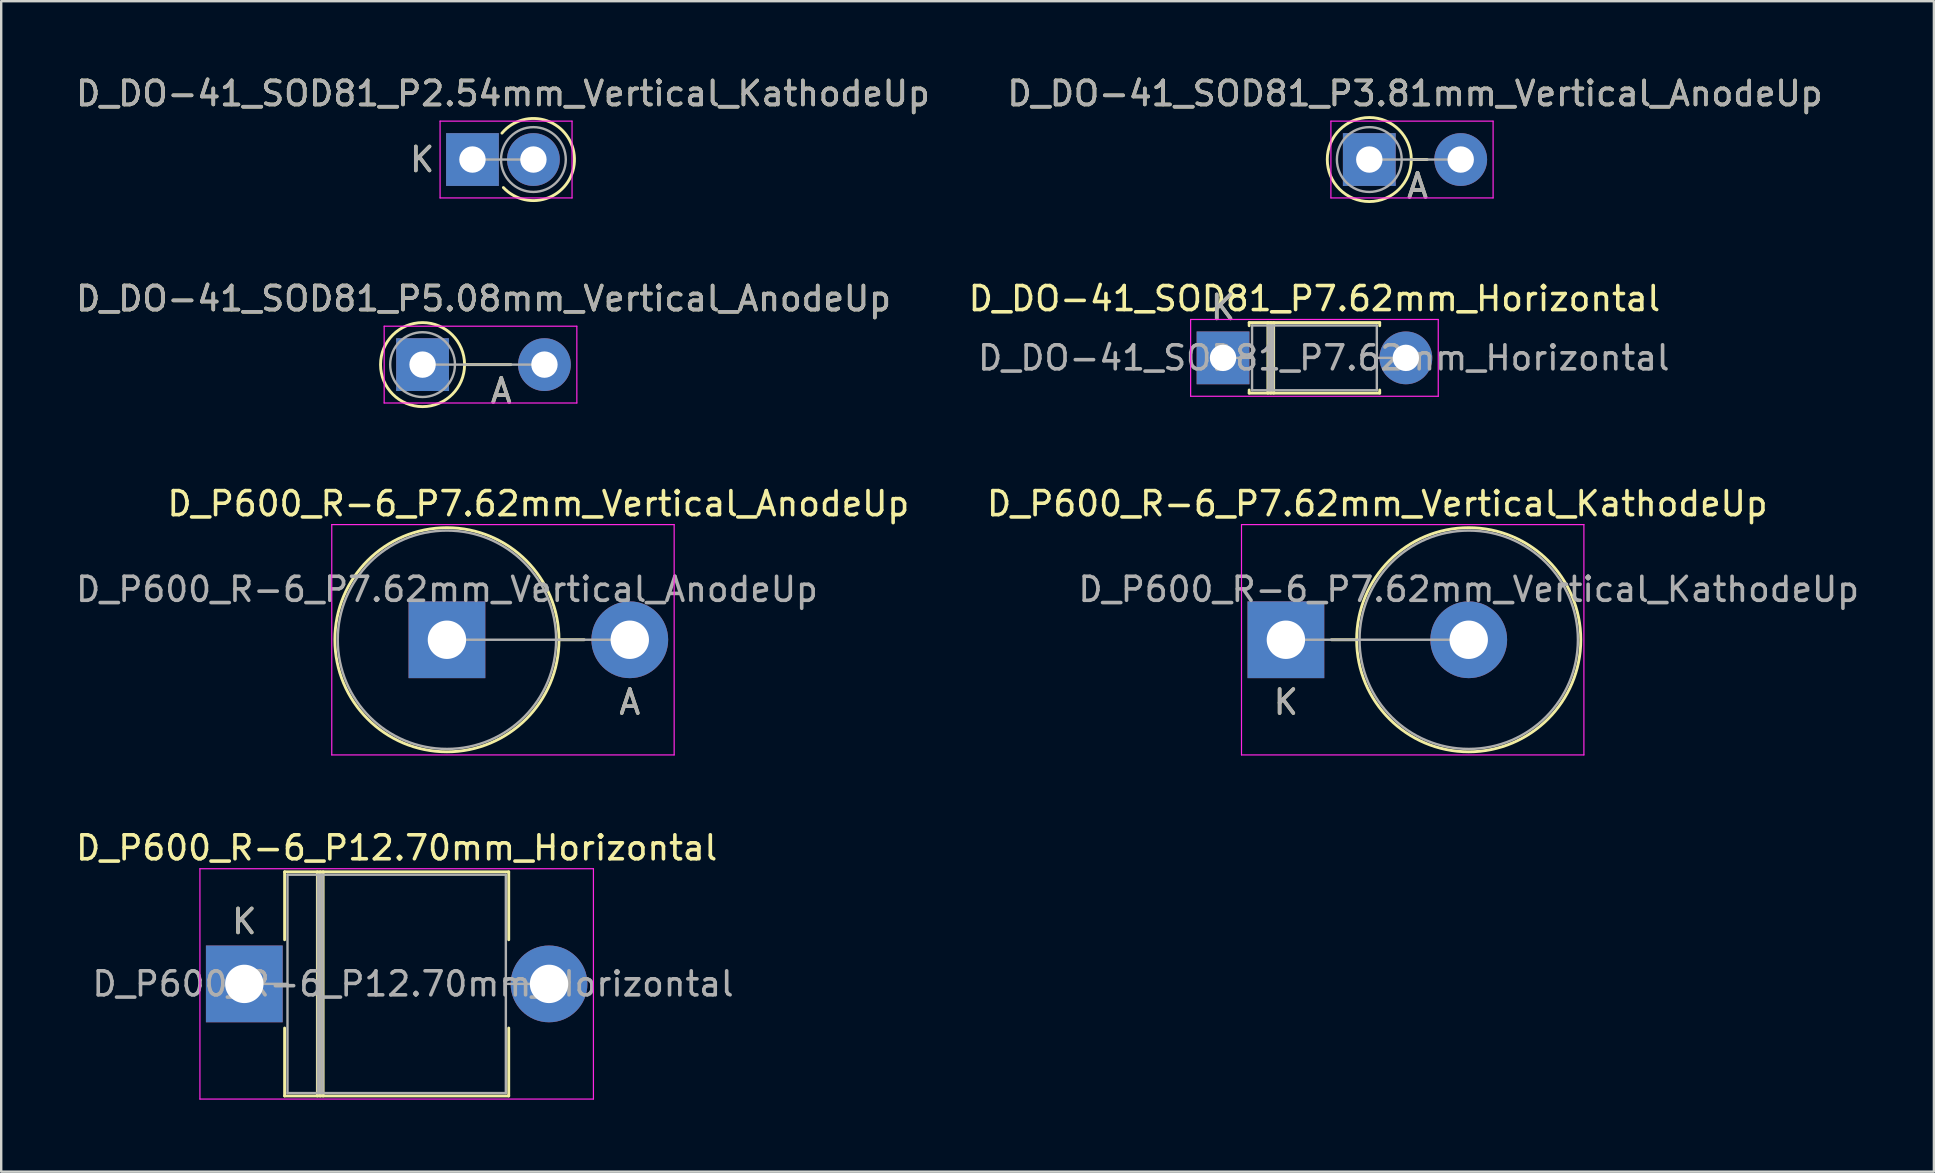
<source format=kicad_pcb>
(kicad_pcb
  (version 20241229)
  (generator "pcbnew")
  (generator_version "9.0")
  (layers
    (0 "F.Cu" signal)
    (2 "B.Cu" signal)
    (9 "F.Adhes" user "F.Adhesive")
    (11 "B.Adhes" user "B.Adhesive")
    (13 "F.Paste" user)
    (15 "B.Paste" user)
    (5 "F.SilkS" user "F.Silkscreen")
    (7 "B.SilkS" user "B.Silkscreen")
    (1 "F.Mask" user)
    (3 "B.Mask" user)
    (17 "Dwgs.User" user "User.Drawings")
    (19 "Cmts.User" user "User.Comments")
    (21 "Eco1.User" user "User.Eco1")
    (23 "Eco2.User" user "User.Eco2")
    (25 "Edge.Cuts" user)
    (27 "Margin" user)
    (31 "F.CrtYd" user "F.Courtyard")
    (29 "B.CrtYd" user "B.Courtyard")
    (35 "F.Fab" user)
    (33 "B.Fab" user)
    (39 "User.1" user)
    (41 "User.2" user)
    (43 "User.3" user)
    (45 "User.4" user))
  (footprint "D_DO-41_SOD81_P7.62mm_Horizontal"
    (layer "F.Cu")
    (at 47.922 11.865)
    (property "Reference" "D_DO-41_SOD81_P7.62mm_Horizontal" (at 3.81 -2.47 0) (layer "F.SilkS") (effects (font (size 1 1) (thickness 0.15))))
    (attr through_hole)
    (fp_line (start 1.09 -1.47) (end 6.53 -1.47) (stroke (width 0.12) (type solid)) (layer "F.SilkS"))
    (fp_line (start 1.09 -1.34) (end 1.09 -1.47) (stroke (width 0.12) (type solid)) (layer "F.SilkS"))
    (fp_line (start 1.09 1.34) (end 1.09 1.47) (stroke (width 0.12) (type solid)) (layer "F.SilkS"))
    (fp_line (start 1.09 1.47) (end 6.53 1.47) (stroke (width 0.12) (type solid)) (layer "F.SilkS"))
    (fp_line (start 1.87 -1.47) (end 1.87 1.47) (stroke (width 0.12) (type solid)) (layer "F.SilkS"))
    (fp_line (start 1.99 -1.47) (end 1.99 1.47) (stroke (width 0.12) (type solid)) (layer "F.SilkS"))
    (fp_line (start 2.11 -1.47) (end 2.11 1.47) (stroke (width 0.12) (type solid)) (layer "F.SilkS"))
    (fp_line (start 6.53 -1.47) (end 6.53 -1.34) (stroke (width 0.12) (type solid)) (layer "F.SilkS"))
    (fp_line (start 6.53 1.47) (end 6.53 1.34) (stroke (width 0.12) (type solid)) (layer "F.SilkS"))
    (fp_line (start -1.35 -1.6) (end -1.35 1.6) (stroke (width 0.05) (type solid)) (layer "F.CrtYd"))
    (fp_line (start -1.35 1.6) (end 8.97 1.6) (stroke (width 0.05) (type solid)) (layer "F.CrtYd"))
    (fp_line (start 8.97 -1.6) (end -1.35 -1.6) (stroke (width 0.05) (type solid)) (layer "F.CrtYd"))
    (fp_line (start 8.97 1.6) (end 8.97 -1.6) (stroke (width 0.05) (type solid)) (layer "F.CrtYd"))
    (fp_line (start 0 0) (end 1.21 0) (stroke (width 0.1) (type solid)) (layer "F.Fab"))
    (fp_line (start 1.21 -1.35) (end 1.21 1.35) (stroke (width 0.1) (type solid)) (layer "F.Fab"))
    (fp_line (start 1.21 1.35) (end 6.41 1.35) (stroke (width 0.1) (type solid)) (layer "F.Fab"))
    (fp_line (start 1.89 -1.35) (end 1.89 1.35) (stroke (width 0.1) (type solid)) (layer "F.Fab"))
    (fp_line (start 1.99 -1.35) (end 1.99 1.35) (stroke (width 0.1) (type solid)) (layer "F.Fab"))
    (fp_line (start 2.09 -1.35) (end 2.09 1.35) (stroke (width 0.1) (type solid)) (layer "F.Fab"))
    (fp_line (start 6.41 -1.35) (end 1.21 -1.35) (stroke (width 0.1) (type solid)) (layer "F.Fab"))
    (fp_line (start 6.41 1.35) (end 6.41 -1.35) (stroke (width 0.1) (type solid)) (layer "F.Fab"))
    (fp_line (start 7.62 0) (end 6.41 0) (stroke (width 0.1) (type solid)) (layer "F.Fab"))
    (fp_text user "K" (at 0 -2.1 0) (layer "F.SilkS") (effects (font (size 1 1) (thickness 0.15))))
    (fp_text user "K" (at 0 -2.1 0) (layer "F.Fab") (effects (font (size 1 1) (thickness 0.15))))
    (fp_text user "${REFERENCE}" (at 4.2 0 0) (layer "F.Fab") (effects (font (size 1 1) (thickness 0.15))))
    (pad "1" thru_hole rect (at 0 0) (size 2.2 2.2) (drill 1.1) (layers "*.Cu" "*.Mask"))
    (pad "2" thru_hole oval (at 7.62 0) (size 2.2 2.2) (drill 1.1) (layers "*.Cu" "*.Mask")))
  (footprint "D_P600_R-6_P7.62mm_Vertical_AnodeUp"
    (layer "F.Cu")
    (at 15.577 23.613)
    (property "Reference" "D_P600_R-6_P7.62mm_Vertical_AnodeUp" (at 3.81 -5.67 0) (layer "F.SilkS") (effects (font (size 1 1) (thickness 0.15))))
    (attr through_hole)
    (fp_line (start 4.67 0) (end 5.72 0) (stroke (width 0.12) (type solid)) (layer "F.SilkS"))
    (fp_circle (center 0 0) (end 4.67 0) (stroke (width 0.12) (type solid)) (fill no) (layer "F.SilkS"))
    (fp_line (start -4.8 -4.8) (end -4.8 4.8) (stroke (width 0.05) (type solid)) (layer "F.CrtYd"))
    (fp_line (start -4.8 4.8) (end 9.47 4.8) (stroke (width 0.05) (type solid)) (layer "F.CrtYd"))
    (fp_line (start 9.47 -4.8) (end -4.8 -4.8) (stroke (width 0.05) (type solid)) (layer "F.CrtYd"))
    (fp_line (start 9.47 4.8) (end 9.47 -4.8) (stroke (width 0.05) (type solid)) (layer "F.CrtYd"))
    (fp_line (start 0 0) (end 7.62 0) (stroke (width 0.1) (type solid)) (layer "F.Fab"))
    (fp_circle (center 0 0) (end 4.55 0) (stroke (width 0.1) (type solid)) (fill no) (layer "F.Fab"))
    (fp_text user "A" (at 7.62 2.6 0) (layer "F.SilkS") (effects (font (size 1 1) (thickness 0.15))))
    (fp_text user "A" (at 7.62 2.6 0) (layer "F.Fab") (effects (font (size 1 1) (thickness 0.15))))
    (fp_text user "${REFERENCE}" (at 0 -2.1 0) (layer "F.Fab") (effects (font (size 1 1) (thickness 0.15))))
    (pad "1" thru_hole rect (at 0 0) (size 3.2 3.2) (drill 1.6) (layers "*.Cu" "*.Mask"))
    (pad "2" thru_hole oval (at 7.62 0) (size 3.2 3.2) (drill 1.6) (layers "*.Cu" "*.Mask")))
  (footprint "D_DO-41_SOD81_P2.54mm_Vertical_KathodeUp"
    (layer "F.Cu")
    (at 16.641 3.599)
    (property "Reference" "D_DO-41_SOD81_P2.54mm_Vertical_KathodeUp" (at 1.27 -2.751 0) (layer "F.SilkS") (effects (font (size 1 1) (thickness 0.15))))
    (attr through_hole)
    (fp_arc (start 1.228847 -1.1) (mid 4.250877 -0.044974) (end 1.288449 1.167366) (stroke (width 0.12) (type solid)) (layer "F.SilkS"))
    (fp_line (start -1.35 -1.6) (end -1.35 1.6) (stroke (width 0.05) (type solid)) (layer "F.CrtYd"))
    (fp_line (start -1.35 1.6) (end 4.15 1.6) (stroke (width 0.05) (type solid)) (layer "F.CrtYd"))
    (fp_line (start 4.15 -1.6) (end -1.35 -1.6) (stroke (width 0.05) (type solid)) (layer "F.CrtYd"))
    (fp_line (start 4.15 1.6) (end 4.15 -1.6) (stroke (width 0.05) (type solid)) (layer "F.CrtYd"))
    (fp_line (start 0 0) (end 2.54 0) (stroke (width 0.1) (type solid)) (layer "F.Fab"))
    (fp_circle (center 2.54 0) (end 3.89 0) (stroke (width 0.1) (type solid)) (fill no) (layer "F.Fab"))
    (fp_text user "K" (at -2.1 0 0) (layer "F.SilkS") (effects (font (size 1 1) (thickness 0.15))))
    (fp_text user "K" (at -2.1 0 0) (layer "F.Fab") (effects (font (size 1 1) (thickness 0.15))))
    (fp_text user "${REFERENCE}" (at 1.27 -2.751 0) (layer "F.Fab") (effects (font (size 1 1) (thickness 0.15))))
    (pad "1" thru_hole rect (at 0 0) (size 2.2 2.2) (drill 1.1) (layers "*.Cu" "*.Mask"))
    (pad "2" thru_hole oval (at 2.54 0) (size 2.2 2.2) (drill 1.1) (layers "*.Cu" "*.Mask")))
  (footprint "D_DO-41_SOD81_P5.08mm_Vertical_AnodeUp"
    (layer "F.Cu")
    (at 14.561 12.146)
    (property "Reference" "D_DO-41_SOD81_P5.08mm_Vertical_AnodeUp" (at 2.54 -2.751 0) (layer "F.SilkS") (effects (font (size 1 1) (thickness 0.15))))
    (attr through_hole)
    (fp_line (start 1.751 0) (end 3.68 0) (stroke (width 0.12) (type solid)) (layer "F.SilkS"))
    (fp_circle (center 0 0) (end 1.751 0) (stroke (width 0.12) (type solid)) (fill no) (layer "F.SilkS"))
    (fp_line (start -1.6 -1.6) (end -1.6 1.6) (stroke (width 0.05) (type solid)) (layer "F.CrtYd"))
    (fp_line (start -1.6 1.6) (end 6.43 1.6) (stroke (width 0.05) (type solid)) (layer "F.CrtYd"))
    (fp_line (start 6.43 -1.6) (end -1.6 -1.6) (stroke (width 0.05) (type solid)) (layer "F.CrtYd"))
    (fp_line (start 6.43 1.6) (end 6.43 -1.6) (stroke (width 0.05) (type solid)) (layer "F.CrtYd"))
    (fp_line (start 0 0) (end 5.08 0) (stroke (width 0.1) (type solid)) (layer "F.Fab"))
    (fp_circle (center 0 0) (end 1.35 0) (stroke (width 0.1) (type solid)) (fill no) (layer "F.Fab"))
    (fp_text user "A" (at 3.28 1.1 0) (layer "F.SilkS") (effects (font (size 1 1) (thickness 0.15))))
    (fp_text user "A" (at 3.28 1.1 0) (layer "F.Fab") (effects (font (size 1 1) (thickness 0.15))))
    (fp_text user "${REFERENCE}" (at 2.54 -2.751 0) (layer "F.Fab") (effects (font (size 1 1) (thickness 0.15))))
    (pad "1" thru_hole rect (at 0 0) (size 2.2 2.2) (drill 1.1) (layers "*.Cu" "*.Mask"))
    (pad "2" thru_hole oval (at 5.08 0) (size 2.2 2.2) (drill 1.1) (layers "*.Cu" "*.Mask")))
  (footprint "D_DO-41_SOD81_P3.81mm_Vertical_AnodeUp"
    (layer "F.Cu")
    (at 54.018 3.599)
    (property "Reference" "D_DO-41_SOD81_P3.81mm_Vertical_AnodeUp" (at 1.905 -2.751 0) (layer "F.SilkS") (effects (font (size 1 1) (thickness 0.15))))
    (attr through_hole)
    (fp_line (start 1.751 0) (end 2.41 0) (stroke (width 0.12) (type solid)) (layer "F.SilkS"))
    (fp_circle (center 0 0) (end 1.751 0) (stroke (width 0.12) (type solid)) (fill no) (layer "F.SilkS"))
    (fp_line (start -1.6 -1.6) (end -1.6 1.6) (stroke (width 0.05) (type solid)) (layer "F.CrtYd"))
    (fp_line (start -1.6 1.6) (end 5.16 1.6) (stroke (width 0.05) (type solid)) (layer "F.CrtYd"))
    (fp_line (start 5.16 -1.6) (end -1.6 -1.6) (stroke (width 0.05) (type solid)) (layer "F.CrtYd"))
    (fp_line (start 5.16 1.6) (end 5.16 -1.6) (stroke (width 0.05) (type solid)) (layer "F.CrtYd"))
    (fp_line (start 0 0) (end 3.81 0) (stroke (width 0.1) (type solid)) (layer "F.Fab"))
    (fp_circle (center 0 0) (end 1.35 0) (stroke (width 0.1) (type solid)) (fill no) (layer "F.Fab"))
    (fp_text user "A" (at 2.01 1.1 0) (layer "F.SilkS") (effects (font (size 1 1) (thickness 0.15))))
    (fp_text user "A" (at 2.01 1.1 0) (layer "F.Fab") (effects (font (size 1 1) (thickness 0.15))))
    (fp_text user "${REFERENCE}" (at 1.905 -2.751 0) (layer "F.Fab") (effects (font (size 1 1) (thickness 0.15))))
    (pad "1" thru_hole rect (at 0 0) (size 2.2 2.2) (drill 1.1) (layers "*.Cu" "*.Mask"))
    (pad "2" thru_hole oval (at 3.81 0) (size 2.2 2.2) (drill 1.1) (layers "*.Cu" "*.Mask")))
  (footprint "D_P600_R-6_P12.70mm_Horizontal"
    (layer "F.Cu")
    (at 7.132 37.956)
    (property "Reference" "D_P600_R-6_P12.70mm_Horizontal" (at 6.35 -5.67 0) (layer "F.SilkS") (effects (font (size 1 1) (thickness 0.15))))
    (attr through_hole)
    (fp_line (start 1.68 -4.67) (end 11.02 -4.67) (stroke (width 0.12) (type solid)) (layer "F.SilkS"))
    (fp_line (start 1.68 -1.84) (end 1.68 -4.67) (stroke (width 0.12) (type solid)) (layer "F.SilkS"))
    (fp_line (start 1.68 1.84) (end 1.68 4.67) (stroke (width 0.12) (type solid)) (layer "F.SilkS"))
    (fp_line (start 1.68 4.67) (end 11.02 4.67) (stroke (width 0.12) (type solid)) (layer "F.SilkS"))
    (fp_line (start 3.045 -4.67) (end 3.045 4.67) (stroke (width 0.12) (type solid)) (layer "F.SilkS"))
    (fp_line (start 3.165 -4.67) (end 3.165 4.67) (stroke (width 0.12) (type solid)) (layer "F.SilkS"))
    (fp_line (start 3.285 -4.67) (end 3.285 4.67) (stroke (width 0.12) (type solid)) (layer "F.SilkS"))
    (fp_line (start 11.02 -4.67) (end 11.02 -1.84) (stroke (width 0.12) (type solid)) (layer "F.SilkS"))
    (fp_line (start 11.02 4.67) (end 11.02 1.84) (stroke (width 0.12) (type solid)) (layer "F.SilkS"))
    (fp_line (start -1.85 -4.8) (end -1.85 4.8) (stroke (width 0.05) (type solid)) (layer "F.CrtYd"))
    (fp_line (start -1.85 4.8) (end 14.55 4.8) (stroke (width 0.05) (type solid)) (layer "F.CrtYd"))
    (fp_line (start 14.55 -4.8) (end -1.85 -4.8) (stroke (width 0.05) (type solid)) (layer "F.CrtYd"))
    (fp_line (start 14.55 4.8) (end 14.55 -4.8) (stroke (width 0.05) (type solid)) (layer "F.CrtYd"))
    (fp_line (start 0 0) (end 1.8 0) (stroke (width 0.1) (type solid)) (layer "F.Fab"))
    (fp_line (start 1.8 -4.55) (end 1.8 4.55) (stroke (width 0.1) (type solid)) (layer "F.Fab"))
    (fp_line (start 1.8 4.55) (end 10.9 4.55) (stroke (width 0.1) (type solid)) (layer "F.Fab"))
    (fp_line (start 3.065 -4.55) (end 3.065 4.55) (stroke (width 0.1) (type solid)) (layer "F.Fab"))
    (fp_line (start 3.165 -4.55) (end 3.165 4.55) (stroke (width 0.1) (type solid)) (layer "F.Fab"))
    (fp_line (start 3.265 -4.55) (end 3.265 4.55) (stroke (width 0.1) (type solid)) (layer "F.Fab"))
    (fp_line (start 10.9 -4.55) (end 1.8 -4.55) (stroke (width 0.1) (type solid)) (layer "F.Fab"))
    (fp_line (start 10.9 4.55) (end 10.9 -4.55) (stroke (width 0.1) (type solid)) (layer "F.Fab"))
    (fp_line (start 12.7 0) (end 10.9 0) (stroke (width 0.1) (type solid)) (layer "F.Fab"))
    (fp_text user "K" (at 0 -2.6 0) (layer "F.SilkS") (effects (font (size 1 1) (thickness 0.15))))
    (fp_text user "K" (at 0 -2.6 0) (layer "F.Fab") (effects (font (size 1 1) (thickness 0.15))))
    (fp_text user "${REFERENCE}" (at 7.032 0 0) (layer "F.Fab") (effects (font (size 1 1) (thickness 0.15))))
    (pad "1" thru_hole rect (at 0 0) (size 3.2 3.2) (drill 1.6) (layers "*.Cu" "*.Mask"))
    (pad "2" thru_hole oval (at 12.7 0) (size 3.2 3.2) (drill 1.6) (layers "*.Cu" "*.Mask")))
  (footprint "D_P600_R-6_P7.62mm_Vertical_KathodeUp"
    (layer "F.Cu")
    (at 50.542 23.613)
    (property "Reference" "D_P600_R-6_P7.62mm_Vertical_KathodeUp" (at 3.81 -5.67 0) (layer "F.SilkS") (effects (font (size 1 1) (thickness 0.15))))
    (attr through_hole)
    (fp_line (start 2.95 0) (end 1.9 0) (stroke (width 0.12) (type solid)) (layer "F.SilkS"))
    (fp_circle (center 7.62 0) (end 12.29 0) (stroke (width 0.12) (type solid)) (fill no) (layer "F.SilkS"))
    (fp_line (start -1.85 -4.8) (end -1.85 4.8) (stroke (width 0.05) (type solid)) (layer "F.CrtYd"))
    (fp_line (start -1.85 4.8) (end 12.42 4.8) (stroke (width 0.05) (type solid)) (layer "F.CrtYd"))
    (fp_line (start 12.42 -4.8) (end -1.85 -4.8) (stroke (width 0.05) (type solid)) (layer "F.CrtYd"))
    (fp_line (start 12.42 4.8) (end 12.42 -4.8) (stroke (width 0.05) (type solid)) (layer "F.CrtYd"))
    (fp_line (start 0 0) (end 7.62 0) (stroke (width 0.1) (type solid)) (layer "F.Fab"))
    (fp_circle (center 7.62 0) (end 12.17 0) (stroke (width 0.1) (type solid)) (fill no) (layer "F.Fab"))
    (fp_text user "K" (at 0 2.6 0) (layer "F.SilkS") (effects (font (size 1 1) (thickness 0.15))))
    (fp_text user "${REFERENCE}" (at 7.62 -2.1 0) (layer "F.Fab") (effects (font (size 1 1) (thickness 0.15))))
    (fp_text user "K" (at 0 2.6 0) (layer "F.Fab") (effects (font (size 1 1) (thickness 0.15))))
    (pad "1" thru_hole rect (at 0 0) (size 3.2 3.2) (drill 1.6) (layers "*.Cu" "*.Mask"))
    (pad "2" thru_hole oval (at 7.62 0) (size 3.2 3.2) (drill 1.6) (layers "*.Cu" "*.Mask")))
  (gr_rect
    (start -3 -3)
    (end 77.549 45.781)
    (stroke (width 0.1) (type default))
    (fill no)
    (layer "Edge.Cuts")))
</source>
